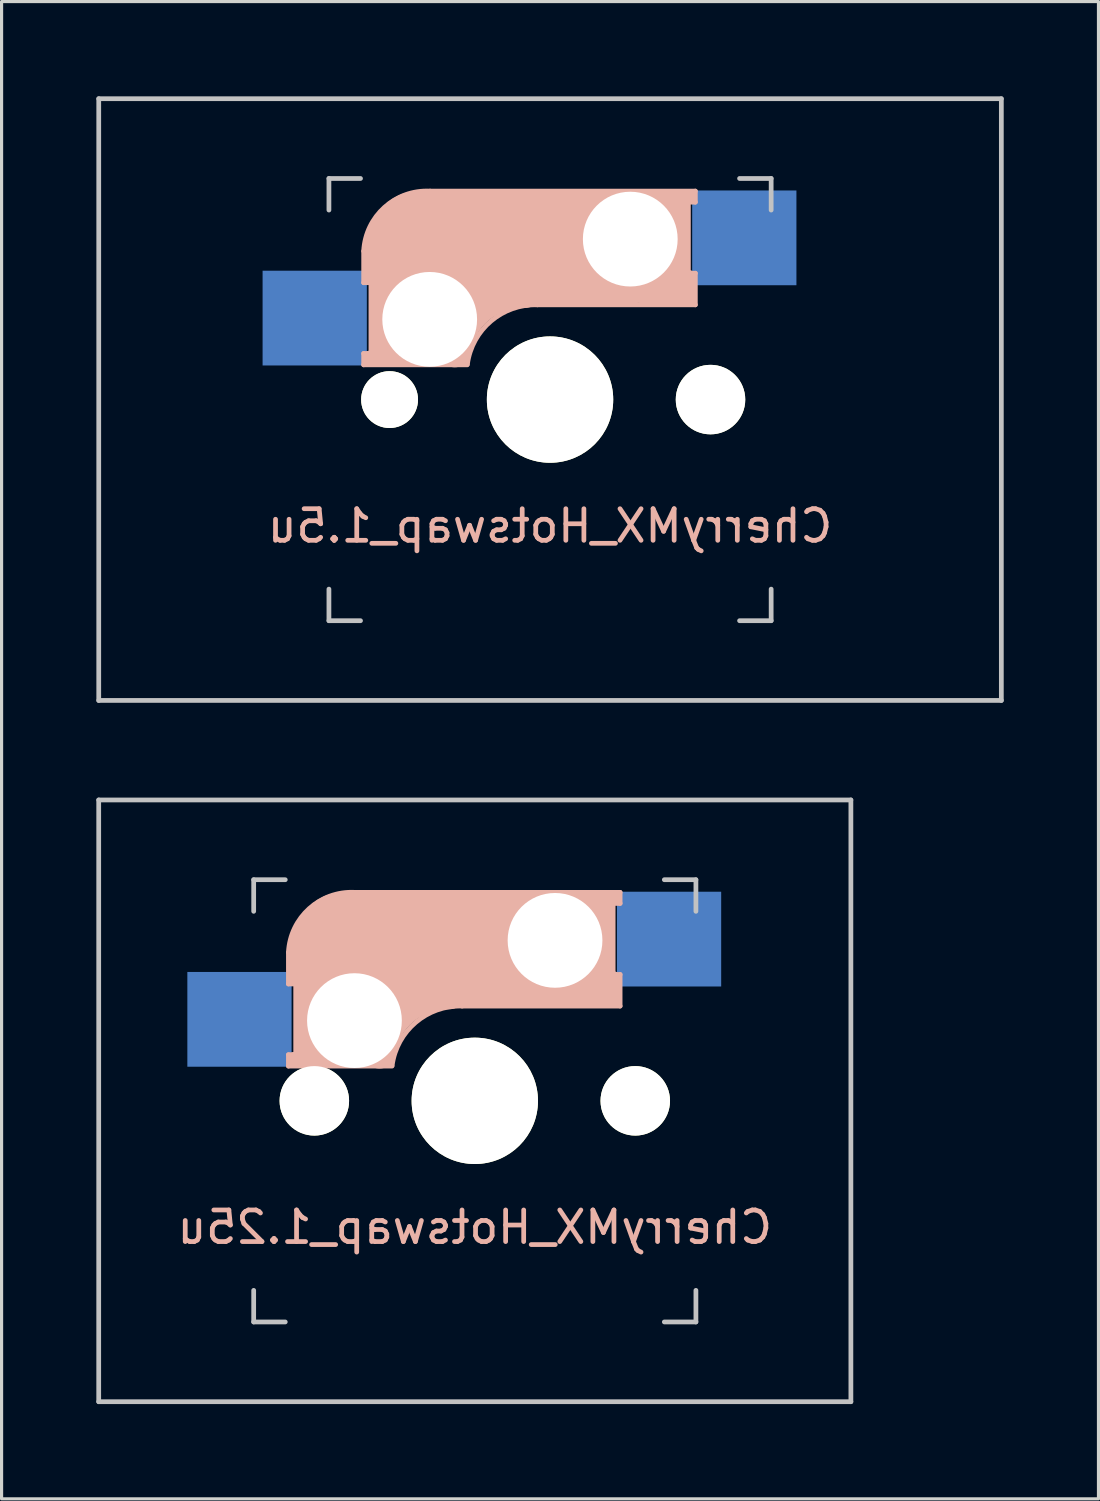
<source format=kicad_pcb>
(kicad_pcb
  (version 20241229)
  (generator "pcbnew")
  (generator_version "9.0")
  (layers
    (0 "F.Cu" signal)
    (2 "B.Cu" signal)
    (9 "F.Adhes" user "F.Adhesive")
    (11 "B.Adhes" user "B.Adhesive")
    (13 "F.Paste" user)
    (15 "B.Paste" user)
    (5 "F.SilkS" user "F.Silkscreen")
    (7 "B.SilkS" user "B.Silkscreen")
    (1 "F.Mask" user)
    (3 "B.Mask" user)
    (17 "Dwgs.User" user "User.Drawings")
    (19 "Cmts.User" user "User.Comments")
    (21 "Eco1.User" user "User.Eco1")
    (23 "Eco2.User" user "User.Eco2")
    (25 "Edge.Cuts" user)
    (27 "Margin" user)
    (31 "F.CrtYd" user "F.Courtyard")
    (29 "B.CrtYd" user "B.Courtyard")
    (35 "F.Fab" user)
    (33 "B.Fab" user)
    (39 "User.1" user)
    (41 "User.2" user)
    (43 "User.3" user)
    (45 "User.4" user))
  (footprint "CherryMX_Hotswap_1.25u"
    (layer "F.Cu")
    (at 11.981 31.8)
    (property "Reference" "CherryMX_Hotswap_1.25u" (at 0 4 0) (layer "B.SilkS") (effects (font (size 1 1) (thickness 0.15)) (justify mirror)))
    (attr smd)
    (fp_line (start -5.9 -4.7) (end -5.9 -3.7) (stroke (width 0.15) (type solid)) (layer "B.SilkS"))
    (fp_line (start -5.9 -3.7) (end -5.7 -3.7) (stroke (width 0.15) (type solid)) (layer "B.SilkS"))
    (fp_line (start -5.9 -1.1) (end -5.9 -1.46) (stroke (width 0.15) (type solid)) (layer "B.SilkS"))
    (fp_line (start -5.9 -1.1) (end -2.62 -1.1) (stroke (width 0.15) (type solid)) (layer "B.SilkS"))
    (fp_line (start -5.8 -3.8) (end -5.8 -4.7) (stroke (width 0.3) (type solid)) (layer "B.SilkS"))
    (fp_line (start -5.7 -1.46) (end -5.9 -1.46) (stroke (width 0.15) (type solid)) (layer "B.SilkS"))
    (fp_line (start -5.7 -1.3) (end -3 -1.3) (stroke (width 0.5) (type solid)) (layer "B.SilkS"))
    (fp_line (start -5.67 -3.7) (end -5.67 -1.46) (stroke (width 0.15) (type solid)) (layer "B.SilkS"))
    (fp_line (start -5.3 -1.6) (end -5.3 -3.4) (stroke (width 0.8) (type solid)) (layer "B.SilkS"))
    (fp_line (start -4.17 -5.1) (end -4.17 -2.86) (stroke (width 3) (type solid)) (layer "B.SilkS"))
    (fp_line (start -0.4 -3) (end 4.6 -3) (stroke (width 0.15) (type solid)) (layer "B.SilkS"))
    (fp_line (start 2.6 -4.8) (end -4.1 -4.8) (stroke (width 3.5) (type solid)) (layer "B.SilkS"))
    (fp_line (start 3.9 -6) (end 3.9 -3.5) (stroke (width 1) (type solid)) (layer "B.SilkS"))
    (fp_line (start 4.3 -3.3) (end 2.9 -3.3) (stroke (width 0.5) (type solid)) (layer "B.SilkS"))
    (fp_line (start 4.38 -4) (end 4.38 -6.25) (stroke (width 0.15) (type solid)) (layer "B.SilkS"))
    (fp_line (start 4.4 -6.4) (end 3 -6.4) (stroke (width 0.4) (type solid)) (layer "B.SilkS"))
    (fp_line (start 4.4 -6.25) (end 4.6 -6.25) (stroke (width 0.15) (type solid)) (layer "B.SilkS"))
    (fp_line (start 4.4 -3.9) (end 4.4 -3.2) (stroke (width 0.4) (type solid)) (layer "B.SilkS"))
    (fp_line (start 4.6 -6.6) (end -3.8 -6.6) (stroke (width 0.15) (type solid)) (layer "B.SilkS"))
    (fp_line (start 4.6 -6.25) (end 4.6 -6.6) (stroke (width 0.15) (type solid)) (layer "B.SilkS"))
    (fp_line (start 4.6 -4) (end 4.4 -4) (stroke (width 0.15) (type solid)) (layer "B.SilkS"))
    (fp_line (start 4.6 -3) (end 4.6 -4) (stroke (width 0.15) (type solid)) (layer "B.SilkS"))
    (fp_arc (start -5.9 -4.699999) (mid -5.243504 -6.084924) (end -3.800001 -6.6) (stroke (width 0.15) (type solid)) (layer "B.SilkS"))
    (fp_arc (start -3.016318 -1.521471) (mid -2.268709 -2.886118) (end -0.8 -3.4) (stroke (width 1) (type solid)) (layer "B.SilkS"))
    (fp_arc (start -2.616318 -1.121471) (mid -1.868709 -2.486118) (end -0.4 -3) (stroke (width 0.15) (type solid)) (layer "B.SilkS"))
    (fp_line (start -11.906 -9.525) (end 11.906 -9.525) (stroke (width 0.15) (type solid)) (layer "Dwgs.User"))
    (fp_line (start -11.906 9.525) (end -11.906 -9.525) (stroke (width 0.15) (type solid)) (layer "Dwgs.User"))
    (fp_line (start -7 -7) (end -6 -7) (stroke (width 0.15) (type solid)) (layer "Dwgs.User"))
    (fp_line (start -7 -6) (end -7 -7) (stroke (width 0.15) (type solid)) (layer "Dwgs.User"))
    (fp_line (start -7 6) (end -7 7) (stroke (width 0.15) (type solid)) (layer "Dwgs.User"))
    (fp_line (start -7 7) (end -6 7) (stroke (width 0.15) (type solid)) (layer "Dwgs.User"))
    (fp_line (start 6 7) (end 7 7) (stroke (width 0.15) (type solid)) (layer "Dwgs.User"))
    (fp_line (start 7 -7) (end 6 -7) (stroke (width 0.15) (type solid)) (layer "Dwgs.User"))
    (fp_line (start 7 -7) (end 7 -6) (stroke (width 0.15) (type solid)) (layer "Dwgs.User"))
    (fp_line (start 7 7) (end 7 6) (stroke (width 0.15) (type solid)) (layer "Dwgs.User"))
    (fp_line (start 11.906 -9.525) (end 11.906 9.525) (stroke (width 0.15) (type solid)) (layer "Dwgs.User"))
    (fp_line (start 11.906 9.525) (end -11.906 9.525) (stroke (width 0.15) (type solid)) (layer "Dwgs.User"))
    (pad "" np_thru_hole circle (at -5.08 0) (size 2.2 2.2) (drill 2.2) (layers "*.Cu" "*.Mask" "F.SilkS"))
    (pad "" np_thru_hole circle (at -3.81 -2.54 180) (size 3 3) (drill 3) (layers "*.Cu" "*.Mask"))
    (pad "" np_thru_hole circle (at 0 0 90) (size 4 4) (drill 4) (layers "*.Cu" "*.Mask" "F.SilkS"))
    (pad "" np_thru_hole circle (at 2.54 -5.08 180) (size 3 3) (drill 3) (layers "*.Cu" "*.Mask"))
    (pad "" np_thru_hole circle (at 5.08 0) (size 2.2 2.2) (drill 2.2) (layers "*.Cu" "*.Mask" "F.SilkS"))
    (pad "1" smd rect (at -7 -2.58 180) (size 3.3 3) (drill (offset 0.45 0)) (layers "B.Cu" "B.Mask" "B.Paste"))
    (pad "2" smd rect (at 5.7 -5.12 180) (size 3.3 3) (drill (offset -0.45 0)) (layers "B.Cu" "B.Mask" "B.Paste")))
  (footprint "CherryMX_Hotswap_1.5u"
    (layer "F.Cu")
    (at 14.363 9.6)
    (property "Reference" "CherryMX_Hotswap_1.5u" (at 0 4 0) (layer "B.SilkS") (effects (font (size 1 1) (thickness 0.15)) (justify mirror)))
    (attr smd)
    (fp_line (start -5.9 -4.7) (end -5.9 -3.7) (stroke (width 0.15) (type solid)) (layer "B.SilkS"))
    (fp_line (start -5.9 -3.7) (end -5.7 -3.7) (stroke (width 0.15) (type solid)) (layer "B.SilkS"))
    (fp_line (start -5.9 -1.1) (end -5.9 -1.46) (stroke (width 0.15) (type solid)) (layer "B.SilkS"))
    (fp_line (start -5.9 -1.1) (end -2.62 -1.1) (stroke (width 0.15) (type solid)) (layer "B.SilkS"))
    (fp_line (start -5.8 -3.8) (end -5.8 -4.7) (stroke (width 0.3) (type solid)) (layer "B.SilkS"))
    (fp_line (start -5.7 -1.46) (end -5.9 -1.46) (stroke (width 0.15) (type solid)) (layer "B.SilkS"))
    (fp_line (start -5.7 -1.3) (end -3 -1.3) (stroke (width 0.5) (type solid)) (layer "B.SilkS"))
    (fp_line (start -5.67 -3.7) (end -5.67 -1.46) (stroke (width 0.15) (type solid)) (layer "B.SilkS"))
    (fp_line (start -5.3 -1.6) (end -5.3 -3.4) (stroke (width 0.8) (type solid)) (layer "B.SilkS"))
    (fp_line (start -4.17 -5.1) (end -4.17 -2.86) (stroke (width 3) (type solid)) (layer "B.SilkS"))
    (fp_line (start -0.4 -3) (end 4.6 -3) (stroke (width 0.15) (type solid)) (layer "B.SilkS"))
    (fp_line (start 2.6 -4.8) (end -4.1 -4.8) (stroke (width 3.5) (type solid)) (layer "B.SilkS"))
    (fp_line (start 3.9 -6) (end 3.9 -3.5) (stroke (width 1) (type solid)) (layer "B.SilkS"))
    (fp_line (start 4.3 -3.3) (end 2.9 -3.3) (stroke (width 0.5) (type solid)) (layer "B.SilkS"))
    (fp_line (start 4.38 -4) (end 4.38 -6.25) (stroke (width 0.15) (type solid)) (layer "B.SilkS"))
    (fp_line (start 4.4 -6.4) (end 3 -6.4) (stroke (width 0.4) (type solid)) (layer "B.SilkS"))
    (fp_line (start 4.4 -6.25) (end 4.6 -6.25) (stroke (width 0.15) (type solid)) (layer "B.SilkS"))
    (fp_line (start 4.4 -3.9) (end 4.4 -3.2) (stroke (width 0.4) (type solid)) (layer "B.SilkS"))
    (fp_line (start 4.6 -6.6) (end -3.8 -6.6) (stroke (width 0.15) (type solid)) (layer "B.SilkS"))
    (fp_line (start 4.6 -6.25) (end 4.6 -6.6) (stroke (width 0.15) (type solid)) (layer "B.SilkS"))
    (fp_line (start 4.6 -4) (end 4.4 -4) (stroke (width 0.15) (type solid)) (layer "B.SilkS"))
    (fp_line (start 4.6 -3) (end 4.6 -4) (stroke (width 0.15) (type solid)) (layer "B.SilkS"))
    (fp_arc (start -5.9 -4.699999) (mid -5.243504 -6.084924) (end -3.800001 -6.6) (stroke (width 0.15) (type solid)) (layer "B.SilkS"))
    (fp_arc (start -3.016318 -1.521471) (mid -2.268709 -2.886118) (end -0.8 -3.4) (stroke (width 1) (type solid)) (layer "B.SilkS"))
    (fp_arc (start -2.616318 -1.121471) (mid -1.868709 -2.486118) (end -0.4 -3) (stroke (width 0.15) (type solid)) (layer "B.SilkS"))
    (fp_line (start -14.287 -9.525) (end 14.287 -9.525) (stroke (width 0.15) (type solid)) (layer "Dwgs.User"))
    (fp_line (start -14.287 9.525) (end -14.287 -9.525) (stroke (width 0.15) (type solid)) (layer "Dwgs.User"))
    (fp_line (start -7 -7) (end -6 -7) (stroke (width 0.15) (type solid)) (layer "Dwgs.User"))
    (fp_line (start -7 -6) (end -7 -7) (stroke (width 0.15) (type solid)) (layer "Dwgs.User"))
    (fp_line (start -7 6) (end -7 7) (stroke (width 0.15) (type solid)) (layer "Dwgs.User"))
    (fp_line (start -7 7) (end -6 7) (stroke (width 0.15) (type solid)) (layer "Dwgs.User"))
    (fp_line (start 6 7) (end 7 7) (stroke (width 0.15) (type solid)) (layer "Dwgs.User"))
    (fp_line (start 7 -7) (end 6 -7) (stroke (width 0.15) (type solid)) (layer "Dwgs.User"))
    (fp_line (start 7 -7) (end 7 -6) (stroke (width 0.15) (type solid)) (layer "Dwgs.User"))
    (fp_line (start 7 7) (end 7 6) (stroke (width 0.15) (type solid)) (layer "Dwgs.User"))
    (fp_line (start 14.287 -9.525) (end 14.287 9.525) (stroke (width 0.15) (type solid)) (layer "Dwgs.User"))
    (fp_line (start 14.287 9.525) (end -14.287 9.525) (stroke (width 0.15) (type solid)) (layer "Dwgs.User"))
    (pad "" np_thru_hole circle (at -5.08 0) (size 1.8 1.8) (drill 1.8) (layers "*.Cu" "*.Mask" "F.SilkS"))
    (pad "" np_thru_hole circle (at -3.81 -2.54 180) (size 3 3) (drill 3) (layers "*.Cu" "*.Mask"))
    (pad "" np_thru_hole circle (at 0 0 90) (size 4 4) (drill 4) (layers "*.Cu" "*.Mask" "F.SilkS"))
    (pad "" np_thru_hole circle (at 2.54 -5.08 180) (size 3 3) (drill 3) (layers "*.Cu" "*.Mask"))
    (pad "" np_thru_hole circle (at 5.08 0) (size 2.2 2.2) (drill 2.2) (layers "*.Cu" "*.Mask" "F.SilkS"))
    (pad "1" smd rect (at -7 -2.58 180) (size 3.3 3) (drill (offset 0.45 0)) (layers "B.Cu" "B.Mask" "B.Paste"))
    (pad "2" smd rect (at 5.7 -5.12 180) (size 3.3 3) (drill (offset -0.45 0)) (layers "B.Cu" "B.Mask" "B.Paste")))
  (gr_rect
    (start -3 -3)
    (end 31.725 44.4)
    (stroke (width 0.1) (type default))
    (fill no)
    (layer "Edge.Cuts")))
</source>
